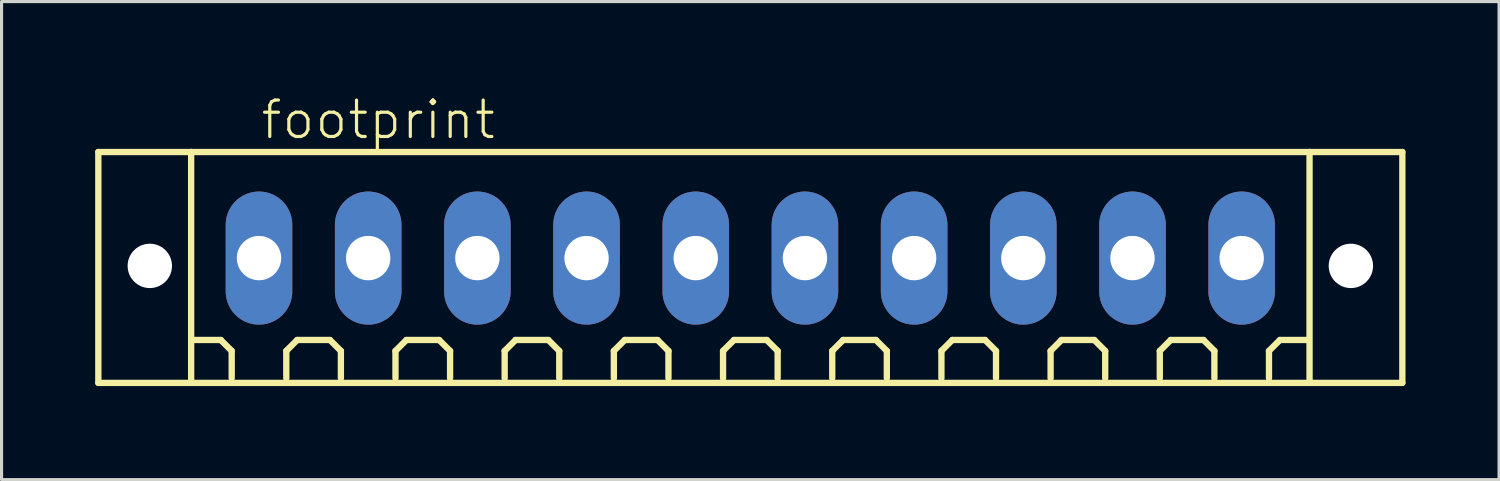
<source format=kicad_pcb>
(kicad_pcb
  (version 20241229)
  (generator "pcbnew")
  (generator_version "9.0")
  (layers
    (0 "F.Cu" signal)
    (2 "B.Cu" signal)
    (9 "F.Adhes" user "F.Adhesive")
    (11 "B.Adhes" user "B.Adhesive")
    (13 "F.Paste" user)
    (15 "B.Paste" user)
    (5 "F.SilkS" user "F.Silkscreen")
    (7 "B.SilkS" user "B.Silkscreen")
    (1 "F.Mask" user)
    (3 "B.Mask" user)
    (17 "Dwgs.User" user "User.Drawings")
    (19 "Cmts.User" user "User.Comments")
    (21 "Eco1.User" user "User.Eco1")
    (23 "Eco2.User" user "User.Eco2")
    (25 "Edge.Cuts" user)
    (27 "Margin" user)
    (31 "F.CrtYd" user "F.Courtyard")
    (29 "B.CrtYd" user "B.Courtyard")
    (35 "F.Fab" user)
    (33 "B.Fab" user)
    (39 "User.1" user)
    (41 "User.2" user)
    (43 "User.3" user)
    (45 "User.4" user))
  (footprint "footprint"
    (layer "F.Cu")
    (at 21.002 5.223)
    (property "Reference" "footprint" (at -15.75 -3.75 0) (layer "F.SilkS") (effects (font (size 1.168 1.168) (thickness 0.102)) (justify left bottom)))
    (fp_line (start -20.9 -3.4) (end -17.925 -3.4) (stroke (width 0.203) (type solid)) (layer "F.SilkS"))
    (fp_line (start -20.9 4) (end -20.9 -3.4) (stroke (width 0.203) (type solid)) (layer "F.SilkS"))
    (fp_line (start -17.925 -3.4) (end 17.925 -3.4) (stroke (width 0.203) (type solid)) (layer "F.SilkS"))
    (fp_line (start -17.925 4) (end -20.9 4) (stroke (width 0.203) (type solid)) (layer "F.SilkS"))
    (fp_line (start -17.925 4) (end -17.925 -3.4) (stroke (width 0.203) (type solid)) (layer "F.SilkS"))
    (fp_line (start -16.975 2.625) (end -17.85 2.625) (stroke (width 0.203) (type solid)) (layer "F.SilkS"))
    (fp_line (start -16.625 2.975) (end -16.975 2.625) (stroke (width 0.203) (type solid)) (layer "F.SilkS"))
    (fp_line (start -16.625 3.85) (end -16.625 2.975) (stroke (width 0.203) (type solid)) (layer "F.SilkS"))
    (fp_line (start -14.875 2.975) (end -14.525 2.625) (stroke (width 0.203) (type solid)) (layer "F.SilkS"))
    (fp_line (start -14.875 3.85) (end -14.875 2.975) (stroke (width 0.203) (type solid)) (layer "F.SilkS"))
    (fp_line (start -14.525 2.625) (end -13.475 2.625) (stroke (width 0.203) (type solid)) (layer "F.SilkS"))
    (fp_line (start -13.475 2.625) (end -13.125 2.975) (stroke (width 0.203) (type solid)) (layer "F.SilkS"))
    (fp_line (start -13.125 2.975) (end -13.125 3.85) (stroke (width 0.203) (type solid)) (layer "F.SilkS"))
    (fp_line (start -11.375 2.975) (end -11.025 2.625) (stroke (width 0.203) (type solid)) (layer "F.SilkS"))
    (fp_line (start -11.375 3.85) (end -11.375 2.975) (stroke (width 0.203) (type solid)) (layer "F.SilkS"))
    (fp_line (start -11.025 2.625) (end -9.975 2.625) (stroke (width 0.203) (type solid)) (layer "F.SilkS"))
    (fp_line (start -9.975 2.625) (end -9.625 2.975) (stroke (width 0.203) (type solid)) (layer "F.SilkS"))
    (fp_line (start -9.625 2.975) (end -9.625 3.85) (stroke (width 0.203) (type solid)) (layer "F.SilkS"))
    (fp_line (start -7.875 2.975) (end -7.525 2.625) (stroke (width 0.203) (type solid)) (layer "F.SilkS"))
    (fp_line (start -7.875 3.85) (end -7.875 2.975) (stroke (width 0.203) (type solid)) (layer "F.SilkS"))
    (fp_line (start -7.525 2.625) (end -6.475 2.625) (stroke (width 0.203) (type solid)) (layer "F.SilkS"))
    (fp_line (start -6.475 2.625) (end -6.125 2.975) (stroke (width 0.203) (type solid)) (layer "F.SilkS"))
    (fp_line (start -6.125 2.975) (end -6.125 3.85) (stroke (width 0.203) (type solid)) (layer "F.SilkS"))
    (fp_line (start -4.375 2.975) (end -4.025 2.625) (stroke (width 0.203) (type solid)) (layer "F.SilkS"))
    (fp_line (start -4.375 3.85) (end -4.375 2.975) (stroke (width 0.203) (type solid)) (layer "F.SilkS"))
    (fp_line (start -4.025 2.625) (end -2.975 2.625) (stroke (width 0.203) (type solid)) (layer "F.SilkS"))
    (fp_line (start -2.975 2.625) (end -2.625 2.975) (stroke (width 0.203) (type solid)) (layer "F.SilkS"))
    (fp_line (start -2.625 2.975) (end -2.625 3.85) (stroke (width 0.203) (type solid)) (layer "F.SilkS"))
    (fp_line (start -0.875 2.975) (end -0.525 2.625) (stroke (width 0.203) (type solid)) (layer "F.SilkS"))
    (fp_line (start -0.875 3.85) (end -0.875 2.975) (stroke (width 0.203) (type solid)) (layer "F.SilkS"))
    (fp_line (start -0.525 2.625) (end 0.525 2.625) (stroke (width 0.203) (type solid)) (layer "F.SilkS"))
    (fp_line (start 0.525 2.625) (end 0.875 2.975) (stroke (width 0.203) (type solid)) (layer "F.SilkS"))
    (fp_line (start 0.875 2.975) (end 0.875 3.85) (stroke (width 0.203) (type solid)) (layer "F.SilkS"))
    (fp_line (start 2.625 2.975) (end 2.975 2.625) (stroke (width 0.203) (type solid)) (layer "F.SilkS"))
    (fp_line (start 2.625 3.85) (end 2.625 2.975) (stroke (width 0.203) (type solid)) (layer "F.SilkS"))
    (fp_line (start 2.975 2.625) (end 4.025 2.625) (stroke (width 0.203) (type solid)) (layer "F.SilkS"))
    (fp_line (start 4.025 2.625) (end 4.375 2.975) (stroke (width 0.203) (type solid)) (layer "F.SilkS"))
    (fp_line (start 4.375 2.975) (end 4.375 3.85) (stroke (width 0.203) (type solid)) (layer "F.SilkS"))
    (fp_line (start 6.125 2.975) (end 6.475 2.625) (stroke (width 0.203) (type solid)) (layer "F.SilkS"))
    (fp_line (start 6.125 3.85) (end 6.125 2.975) (stroke (width 0.203) (type solid)) (layer "F.SilkS"))
    (fp_line (start 6.475 2.625) (end 7.525 2.625) (stroke (width 0.203) (type solid)) (layer "F.SilkS"))
    (fp_line (start 7.525 2.625) (end 7.875 2.975) (stroke (width 0.203) (type solid)) (layer "F.SilkS"))
    (fp_line (start 7.875 2.975) (end 7.875 3.85) (stroke (width 0.203) (type solid)) (layer "F.SilkS"))
    (fp_line (start 9.625 2.975) (end 9.975 2.625) (stroke (width 0.203) (type solid)) (layer "F.SilkS"))
    (fp_line (start 9.625 3.85) (end 9.625 2.975) (stroke (width 0.203) (type solid)) (layer "F.SilkS"))
    (fp_line (start 9.975 2.625) (end 11.025 2.625) (stroke (width 0.203) (type solid)) (layer "F.SilkS"))
    (fp_line (start 11.025 2.625) (end 11.375 2.975) (stroke (width 0.203) (type solid)) (layer "F.SilkS"))
    (fp_line (start 11.375 2.975) (end 11.375 3.85) (stroke (width 0.203) (type solid)) (layer "F.SilkS"))
    (fp_line (start 13.125 2.975) (end 13.475 2.625) (stroke (width 0.203) (type solid)) (layer "F.SilkS"))
    (fp_line (start 13.125 3.85) (end 13.125 2.975) (stroke (width 0.203) (type solid)) (layer "F.SilkS"))
    (fp_line (start 13.475 2.625) (end 14.525 2.625) (stroke (width 0.203) (type solid)) (layer "F.SilkS"))
    (fp_line (start 14.525 2.625) (end 14.875 2.975) (stroke (width 0.203) (type solid)) (layer "F.SilkS"))
    (fp_line (start 14.875 2.975) (end 14.875 3.85) (stroke (width 0.203) (type solid)) (layer "F.SilkS"))
    (fp_line (start 16.625 2.975) (end 16.975 2.625) (stroke (width 0.203) (type solid)) (layer "F.SilkS"))
    (fp_line (start 16.625 3.85) (end 16.625 2.975) (stroke (width 0.203) (type solid)) (layer "F.SilkS"))
    (fp_line (start 16.975 2.625) (end 17.85 2.625) (stroke (width 0.203) (type solid)) (layer "F.SilkS"))
    (fp_line (start 17.925 -3.4) (end 17.925 4) (stroke (width 0.203) (type solid)) (layer "F.SilkS"))
    (fp_line (start 17.925 -3.4) (end 20.9 -3.4) (stroke (width 0.203) (type solid)) (layer "F.SilkS"))
    (fp_line (start 17.925 4) (end -17.925 4) (stroke (width 0.203) (type solid)) (layer "F.SilkS"))
    (fp_line (start 20.9 -3.4) (end 20.9 4) (stroke (width 0.203) (type solid)) (layer "F.SilkS"))
    (fp_line (start 20.9 4) (end 17.925 4) (stroke (width 0.203) (type solid)) (layer "F.SilkS"))
    (pad "" np_thru_hole circle (at -19.25 0.25) (size 1.422 1.422) (drill 1.422) (layers "*.Cu" "*.Mask"))
    (pad "" np_thru_hole circle (at 19.25 0.25) (size 1.422 1.422) (drill 1.422) (layers "*.Cu" "*.Mask"))
    (pad "1" thru_hole oval (at -15.75 0 90) (size 4.267 2.134) (drill 1.422) (layers "*.Cu" "*.Mask"))
    (pad "2" thru_hole oval (at -12.25 0 90) (size 4.267 2.134) (drill 1.422) (layers "*.Cu" "*.Mask"))
    (pad "3" thru_hole oval (at -8.75 0 90) (size 4.267 2.134) (drill 1.422) (layers "*.Cu" "*.Mask"))
    (pad "4" thru_hole oval (at -5.25 0 90) (size 4.267 2.134) (drill 1.422) (layers "*.Cu" "*.Mask"))
    (pad "5" thru_hole oval (at -1.75 0 90) (size 4.267 2.134) (drill 1.422) (layers "*.Cu" "*.Mask"))
    (pad "6" thru_hole oval (at 1.75 0 90) (size 4.267 2.134) (drill 1.422) (layers "*.Cu" "*.Mask"))
    (pad "7" thru_hole oval (at 5.25 0 90) (size 4.267 2.134) (drill 1.422) (layers "*.Cu" "*.Mask"))
    (pad "8" thru_hole oval (at 8.75 0 90) (size 4.267 2.134) (drill 1.422) (layers "*.Cu" "*.Mask"))
    (pad "9" thru_hole oval (at 12.25 0 90) (size 4.267 2.134) (drill 1.422) (layers "*.Cu" "*.Mask"))
    (pad "10" thru_hole oval (at 15.75 0 90) (size 4.267 2.134) (drill 1.422) (layers "*.Cu" "*.Mask")))
  (gr_rect
    (start -3 -3)
    (end 45.003 12.325)
    (stroke (width 0.1) (type default))
    (fill no)
    (layer "Edge.Cuts")))
</source>
